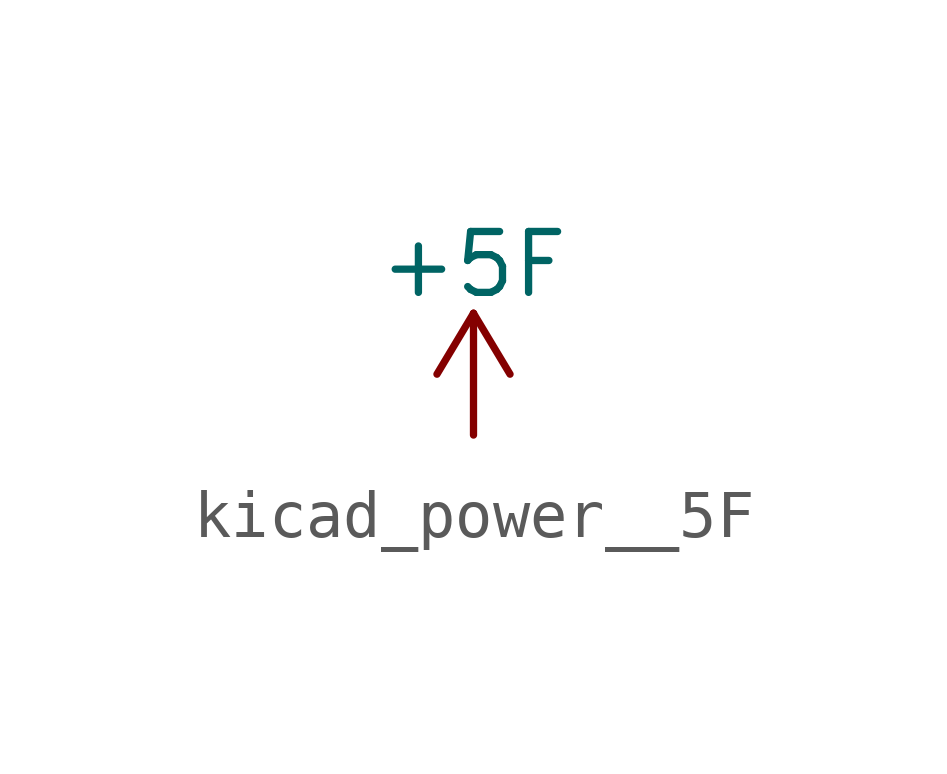
<source format=kicad_sym>
(kicad_symbol_lib
  (version 20220914)
  (generator kicad_symbol_editor)
  (symbol "kicad_power__5F"
    (power)
    (pin_names
      (offset 0))
    (property "Reference" "#PWR"
      (at 0 -3.81 0)
      (effects (font (size 1.27 1.27)) hide))
    (property "Value" "+5F"
      (at 0 3.556 0)
      (effects (font (size 1.27 1.27))))
    (symbol "kicad_power__5F_0_1"
      (polyline (pts (xy -0.762 1.27) (xy 0 2.54)) (stroke (width 0) (type default)) (fill (type none)))
      (polyline (pts (xy 0 0) (xy 0 2.54)) (stroke (width 0) (type default)) (fill (type none)))
      (polyline (pts (xy 0 2.54) (xy 0.762 1.27)) (stroke (width 0) (type default)) (fill (type none))))
    (symbol "kicad_power__5F_1_1"
      (pin power_in line (at 0 0 90) (length 0) hide (name "+5F" (effects (font (size 1.27 1.27)))) (number "1" (effects (font (size 1.27 1.27))))))))
</source>
